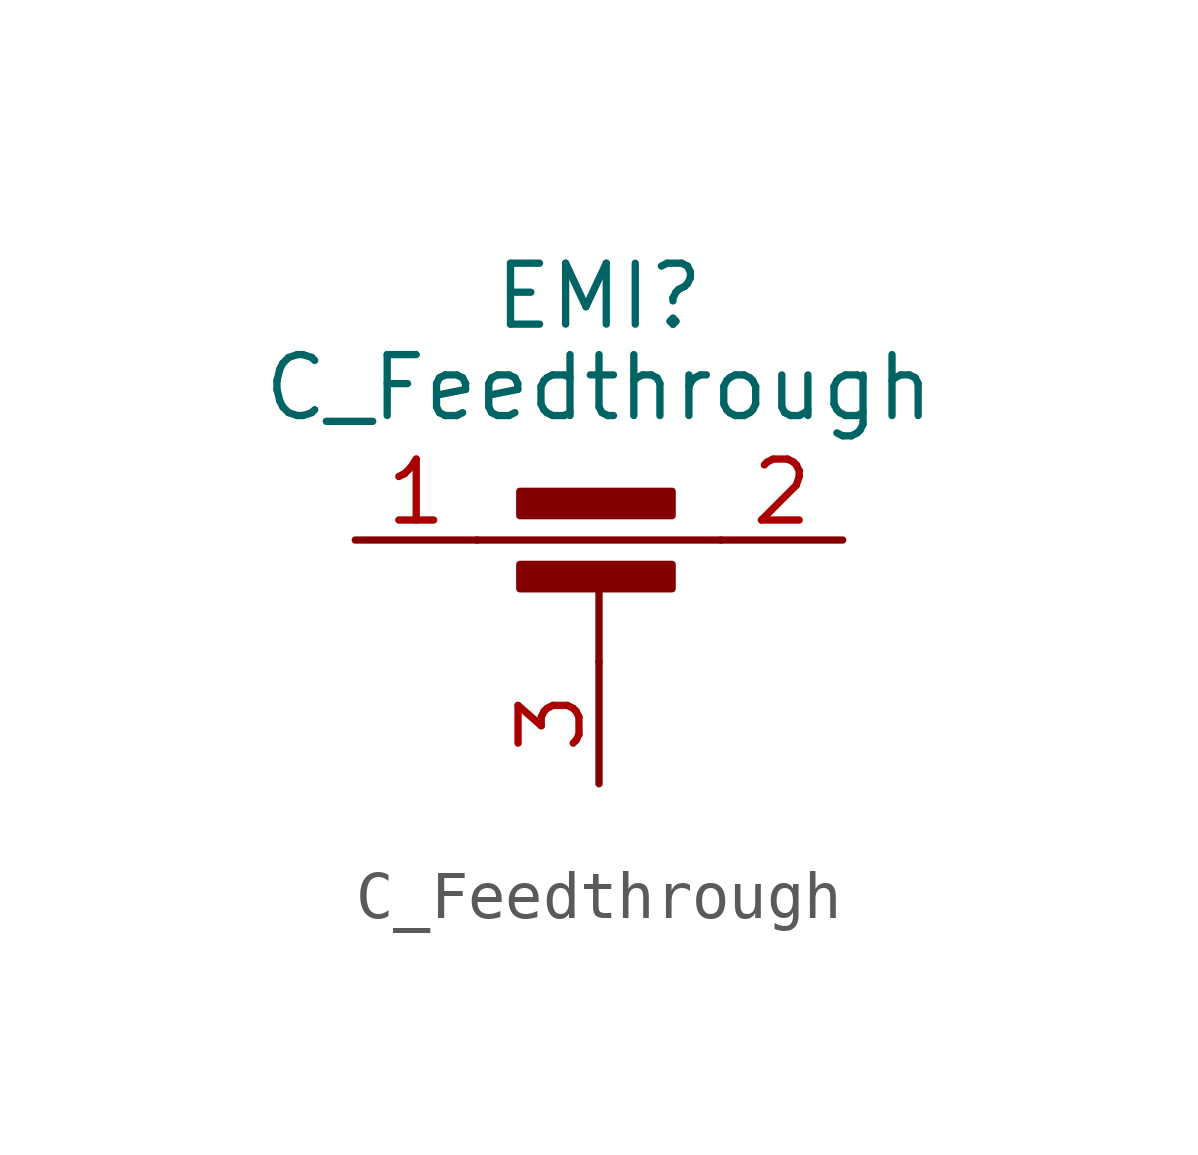
<source format=kicad_sym>
(kicad_symbol_lib
  (version 20220914)
  (generator kicad_symbol_editor)
  (symbol "C_Feedthrough"
    (pin_names
      (offset 0.254) hide)
    (property "Reference" "EMI"
      (at 0 7.62 0)
      (effects (font (size 1.27 1.27))))
    (property "Value" "C_Feedthrough"
      (at 0 5.715 0)
      (effects (font (size 1.27 1.27))))
    (symbol "C_Feedthrough_0_1"
      (rectangle (start -1.651 1.524) (end 1.524 2.032) (stroke (width 0) (type solid)) (fill (type outline)))
      (polyline (pts (xy -2.54 2.54) (xy 2.54 2.54)) (stroke (width 0) (type solid)) (fill (type none)))
      (polyline (pts (xy 0 0) (xy 0 1.778)) (stroke (width 0) (type solid)) (fill (type none)))
      (rectangle (start 1.524 3.048) (end -1.651 3.556) (stroke (width 0) (type solid)) (fill (type outline))))
    (symbol "C_Feedthrough_1_1"
      (pin passive line (at -5.08 2.54 0) (length 2.54) (name "1" (effects (font (size 1.27 1.27)))) (number "1" (effects (font (size 1.27 1.27)))))
      (pin passive line (at 5.08 2.54 180) (length 2.54) (name "2" (effects (font (size 1.27 1.27)))) (number "2" (effects (font (size 1.27 1.27)))))
      (pin passive line (at 0 -2.54 90) (length 2.54) (name "3" (effects (font (size 1.27 1.27)))) (number "3" (effects (font (size 1.27 1.27))))))))
</source>
